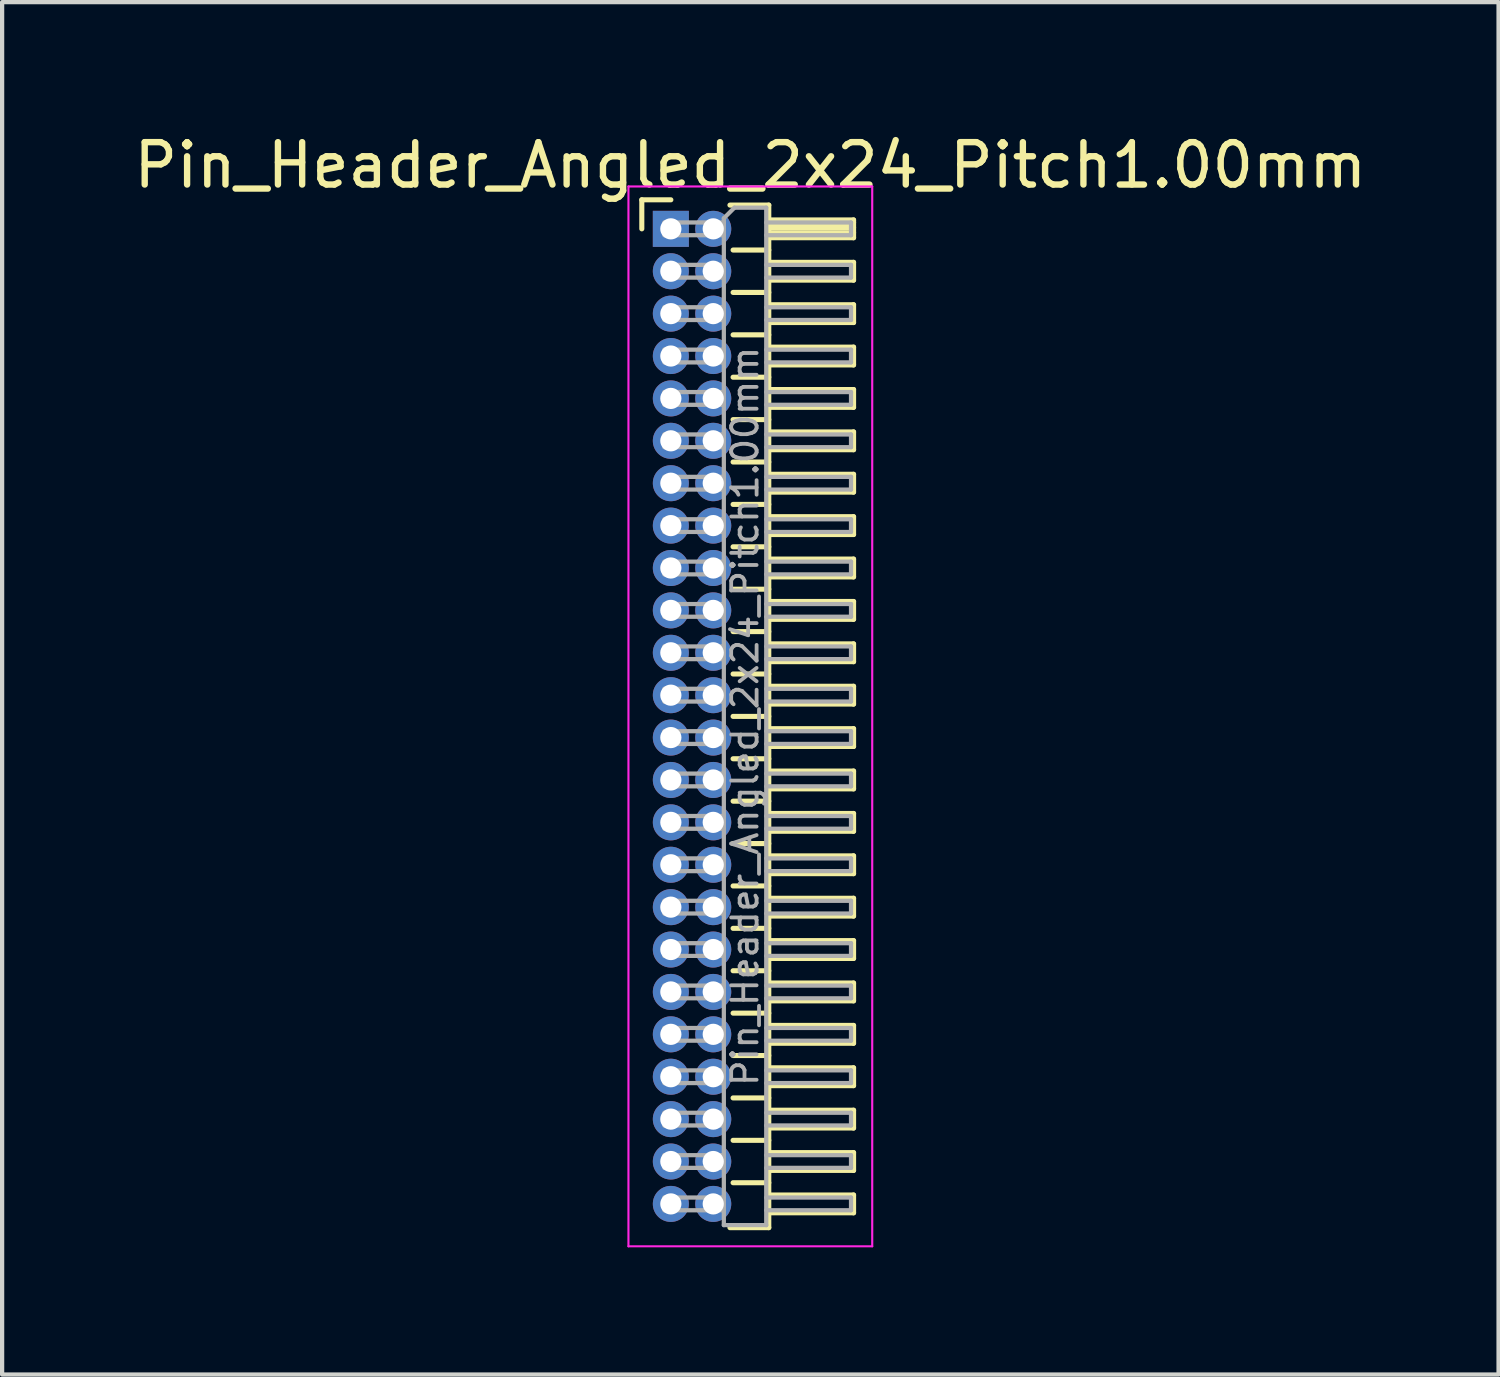
<source format=kicad_pcb>
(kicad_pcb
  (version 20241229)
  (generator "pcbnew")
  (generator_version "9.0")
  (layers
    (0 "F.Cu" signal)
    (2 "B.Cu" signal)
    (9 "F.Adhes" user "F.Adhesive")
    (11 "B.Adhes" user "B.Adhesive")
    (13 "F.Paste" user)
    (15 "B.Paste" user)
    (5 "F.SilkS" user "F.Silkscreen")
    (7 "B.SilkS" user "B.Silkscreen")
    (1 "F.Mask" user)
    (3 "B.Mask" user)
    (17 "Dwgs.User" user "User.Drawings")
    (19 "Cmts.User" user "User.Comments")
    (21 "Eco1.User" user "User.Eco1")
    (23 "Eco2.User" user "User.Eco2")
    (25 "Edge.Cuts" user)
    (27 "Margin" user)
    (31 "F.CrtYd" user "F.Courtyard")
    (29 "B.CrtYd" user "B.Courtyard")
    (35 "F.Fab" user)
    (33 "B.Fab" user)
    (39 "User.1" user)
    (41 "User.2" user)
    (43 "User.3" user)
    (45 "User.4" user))
  (footprint "Pin_Header_Angled_2x24_Pitch1.00mm"
    (layer "F.Cu")
    (at 12.774 2.348)
    (property "Reference" "Pin_Header_Angled_2x24_Pitch1.00mm" (at 1.875 -1.5 0) (layer "F.SilkS") (effects (font (size 1 1) (thickness 0.15))))
    (attr through_hole)
    (fp_line (start -0.685 -0.685) (end 0 -0.685) (stroke (width 0.12) (type solid)) (layer "F.SilkS"))
    (fp_line (start -0.685 0) (end -0.685 -0.685) (stroke (width 0.12) (type solid)) (layer "F.SilkS"))
    (fp_line (start 1.394 -0.56) (end 2.31 -0.56) (stroke (width 0.12) (type solid)) (layer "F.SilkS"))
    (fp_line (start 1.468 0.5) (end 2.31 0.5) (stroke (width 0.12) (type solid)) (layer "F.SilkS"))
    (fp_line (start 1.468 1.5) (end 2.31 1.5) (stroke (width 0.12) (type solid)) (layer "F.SilkS"))
    (fp_line (start 1.468 2.5) (end 2.31 2.5) (stroke (width 0.12) (type solid)) (layer "F.SilkS"))
    (fp_line (start 1.468 3.5) (end 2.31 3.5) (stroke (width 0.12) (type solid)) (layer "F.SilkS"))
    (fp_line (start 1.468 4.5) (end 2.31 4.5) (stroke (width 0.12) (type solid)) (layer "F.SilkS"))
    (fp_line (start 1.468 5.5) (end 2.31 5.5) (stroke (width 0.12) (type solid)) (layer "F.SilkS"))
    (fp_line (start 1.468 6.5) (end 2.31 6.5) (stroke (width 0.12) (type solid)) (layer "F.SilkS"))
    (fp_line (start 1.468 7.5) (end 2.31 7.5) (stroke (width 0.12) (type solid)) (layer "F.SilkS"))
    (fp_line (start 1.468 8.5) (end 2.31 8.5) (stroke (width 0.12) (type solid)) (layer "F.SilkS"))
    (fp_line (start 1.468 9.5) (end 2.31 9.5) (stroke (width 0.12) (type solid)) (layer "F.SilkS"))
    (fp_line (start 1.468 10.5) (end 2.31 10.5) (stroke (width 0.12) (type solid)) (layer "F.SilkS"))
    (fp_line (start 1.468 11.5) (end 2.31 11.5) (stroke (width 0.12) (type solid)) (layer "F.SilkS"))
    (fp_line (start 1.468 12.5) (end 2.31 12.5) (stroke (width 0.12) (type solid)) (layer "F.SilkS"))
    (fp_line (start 1.468 13.5) (end 2.31 13.5) (stroke (width 0.12) (type solid)) (layer "F.SilkS"))
    (fp_line (start 1.468 14.5) (end 2.31 14.5) (stroke (width 0.12) (type solid)) (layer "F.SilkS"))
    (fp_line (start 1.468 15.5) (end 2.31 15.5) (stroke (width 0.12) (type solid)) (layer "F.SilkS"))
    (fp_line (start 1.468 16.5) (end 2.31 16.5) (stroke (width 0.12) (type solid)) (layer "F.SilkS"))
    (fp_line (start 1.468 17.5) (end 2.31 17.5) (stroke (width 0.12) (type solid)) (layer "F.SilkS"))
    (fp_line (start 1.468 18.5) (end 2.31 18.5) (stroke (width 0.12) (type solid)) (layer "F.SilkS"))
    (fp_line (start 1.468 19.5) (end 2.31 19.5) (stroke (width 0.12) (type solid)) (layer "F.SilkS"))
    (fp_line (start 1.468 20.5) (end 2.31 20.5) (stroke (width 0.12) (type solid)) (layer "F.SilkS"))
    (fp_line (start 1.468 21.5) (end 2.31 21.5) (stroke (width 0.12) (type solid)) (layer "F.SilkS"))
    (fp_line (start 1.468 22.5) (end 2.31 22.5) (stroke (width 0.12) (type solid)) (layer "F.SilkS"))
    (fp_line (start 2.31 -0.56) (end 2.31 23.56) (stroke (width 0.12) (type solid)) (layer "F.SilkS"))
    (fp_line (start 2.31 -0.21) (end 4.31 -0.21) (stroke (width 0.12) (type solid)) (layer "F.SilkS"))
    (fp_line (start 2.31 -0.15) (end 4.31 -0.15) (stroke (width 0.12) (type solid)) (layer "F.SilkS"))
    (fp_line (start 2.31 -0.03) (end 4.31 -0.03) (stroke (width 0.12) (type solid)) (layer "F.SilkS"))
    (fp_line (start 2.31 0.09) (end 4.31 0.09) (stroke (width 0.12) (type solid)) (layer "F.SilkS"))
    (fp_line (start 2.31 0.79) (end 4.31 0.79) (stroke (width 0.12) (type solid)) (layer "F.SilkS"))
    (fp_line (start 2.31 1.79) (end 4.31 1.79) (stroke (width 0.12) (type solid)) (layer "F.SilkS"))
    (fp_line (start 2.31 2.79) (end 4.31 2.79) (stroke (width 0.12) (type solid)) (layer "F.SilkS"))
    (fp_line (start 2.31 3.79) (end 4.31 3.79) (stroke (width 0.12) (type solid)) (layer "F.SilkS"))
    (fp_line (start 2.31 4.79) (end 4.31 4.79) (stroke (width 0.12) (type solid)) (layer "F.SilkS"))
    (fp_line (start 2.31 5.79) (end 4.31 5.79) (stroke (width 0.12) (type solid)) (layer "F.SilkS"))
    (fp_line (start 2.31 6.79) (end 4.31 6.79) (stroke (width 0.12) (type solid)) (layer "F.SilkS"))
    (fp_line (start 2.31 7.79) (end 4.31 7.79) (stroke (width 0.12) (type solid)) (layer "F.SilkS"))
    (fp_line (start 2.31 8.79) (end 4.31 8.79) (stroke (width 0.12) (type solid)) (layer "F.SilkS"))
    (fp_line (start 2.31 9.79) (end 4.31 9.79) (stroke (width 0.12) (type solid)) (layer "F.SilkS"))
    (fp_line (start 2.31 10.79) (end 4.31 10.79) (stroke (width 0.12) (type solid)) (layer "F.SilkS"))
    (fp_line (start 2.31 11.79) (end 4.31 11.79) (stroke (width 0.12) (type solid)) (layer "F.SilkS"))
    (fp_line (start 2.31 12.79) (end 4.31 12.79) (stroke (width 0.12) (type solid)) (layer "F.SilkS"))
    (fp_line (start 2.31 13.79) (end 4.31 13.79) (stroke (width 0.12) (type solid)) (layer "F.SilkS"))
    (fp_line (start 2.31 14.79) (end 4.31 14.79) (stroke (width 0.12) (type solid)) (layer "F.SilkS"))
    (fp_line (start 2.31 15.79) (end 4.31 15.79) (stroke (width 0.12) (type solid)) (layer "F.SilkS"))
    (fp_line (start 2.31 16.79) (end 4.31 16.79) (stroke (width 0.12) (type solid)) (layer "F.SilkS"))
    (fp_line (start 2.31 17.79) (end 4.31 17.79) (stroke (width 0.12) (type solid)) (layer "F.SilkS"))
    (fp_line (start 2.31 18.79) (end 4.31 18.79) (stroke (width 0.12) (type solid)) (layer "F.SilkS"))
    (fp_line (start 2.31 19.79) (end 4.31 19.79) (stroke (width 0.12) (type solid)) (layer "F.SilkS"))
    (fp_line (start 2.31 20.79) (end 4.31 20.79) (stroke (width 0.12) (type solid)) (layer "F.SilkS"))
    (fp_line (start 2.31 21.79) (end 4.31 21.79) (stroke (width 0.12) (type solid)) (layer "F.SilkS"))
    (fp_line (start 2.31 22.79) (end 4.31 22.79) (stroke (width 0.12) (type solid)) (layer "F.SilkS"))
    (fp_line (start 2.31 23.56) (end 1.394 23.56) (stroke (width 0.12) (type solid)) (layer "F.SilkS"))
    (fp_line (start 4.31 -0.21) (end 4.31 0.21) (stroke (width 0.12) (type solid)) (layer "F.SilkS"))
    (fp_line (start 4.31 0.21) (end 2.31 0.21) (stroke (width 0.12) (type solid)) (layer "F.SilkS"))
    (fp_line (start 4.31 0.79) (end 4.31 1.21) (stroke (width 0.12) (type solid)) (layer "F.SilkS"))
    (fp_line (start 4.31 1.21) (end 2.31 1.21) (stroke (width 0.12) (type solid)) (layer "F.SilkS"))
    (fp_line (start 4.31 1.79) (end 4.31 2.21) (stroke (width 0.12) (type solid)) (layer "F.SilkS"))
    (fp_line (start 4.31 2.21) (end 2.31 2.21) (stroke (width 0.12) (type solid)) (layer "F.SilkS"))
    (fp_line (start 4.31 2.79) (end 4.31 3.21) (stroke (width 0.12) (type solid)) (layer "F.SilkS"))
    (fp_line (start 4.31 3.21) (end 2.31 3.21) (stroke (width 0.12) (type solid)) (layer "F.SilkS"))
    (fp_line (start 4.31 3.79) (end 4.31 4.21) (stroke (width 0.12) (type solid)) (layer "F.SilkS"))
    (fp_line (start 4.31 4.21) (end 2.31 4.21) (stroke (width 0.12) (type solid)) (layer "F.SilkS"))
    (fp_line (start 4.31 4.79) (end 4.31 5.21) (stroke (width 0.12) (type solid)) (layer "F.SilkS"))
    (fp_line (start 4.31 5.21) (end 2.31 5.21) (stroke (width 0.12) (type solid)) (layer "F.SilkS"))
    (fp_line (start 4.31 5.79) (end 4.31 6.21) (stroke (width 0.12) (type solid)) (layer "F.SilkS"))
    (fp_line (start 4.31 6.21) (end 2.31 6.21) (stroke (width 0.12) (type solid)) (layer "F.SilkS"))
    (fp_line (start 4.31 6.79) (end 4.31 7.21) (stroke (width 0.12) (type solid)) (layer "F.SilkS"))
    (fp_line (start 4.31 7.21) (end 2.31 7.21) (stroke (width 0.12) (type solid)) (layer "F.SilkS"))
    (fp_line (start 4.31 7.79) (end 4.31 8.21) (stroke (width 0.12) (type solid)) (layer "F.SilkS"))
    (fp_line (start 4.31 8.21) (end 2.31 8.21) (stroke (width 0.12) (type solid)) (layer "F.SilkS"))
    (fp_line (start 4.31 8.79) (end 4.31 9.21) (stroke (width 0.12) (type solid)) (layer "F.SilkS"))
    (fp_line (start 4.31 9.21) (end 2.31 9.21) (stroke (width 0.12) (type solid)) (layer "F.SilkS"))
    (fp_line (start 4.31 9.79) (end 4.31 10.21) (stroke (width 0.12) (type solid)) (layer "F.SilkS"))
    (fp_line (start 4.31 10.21) (end 2.31 10.21) (stroke (width 0.12) (type solid)) (layer "F.SilkS"))
    (fp_line (start 4.31 10.79) (end 4.31 11.21) (stroke (width 0.12) (type solid)) (layer "F.SilkS"))
    (fp_line (start 4.31 11.21) (end 2.31 11.21) (stroke (width 0.12) (type solid)) (layer "F.SilkS"))
    (fp_line (start 4.31 11.79) (end 4.31 12.21) (stroke (width 0.12) (type solid)) (layer "F.SilkS"))
    (fp_line (start 4.31 12.21) (end 2.31 12.21) (stroke (width 0.12) (type solid)) (layer "F.SilkS"))
    (fp_line (start 4.31 12.79) (end 4.31 13.21) (stroke (width 0.12) (type solid)) (layer "F.SilkS"))
    (fp_line (start 4.31 13.21) (end 2.31 13.21) (stroke (width 0.12) (type solid)) (layer "F.SilkS"))
    (fp_line (start 4.31 13.79) (end 4.31 14.21) (stroke (width 0.12) (type solid)) (layer "F.SilkS"))
    (fp_line (start 4.31 14.21) (end 2.31 14.21) (stroke (width 0.12) (type solid)) (layer "F.SilkS"))
    (fp_line (start 4.31 14.79) (end 4.31 15.21) (stroke (width 0.12) (type solid)) (layer "F.SilkS"))
    (fp_line (start 4.31 15.21) (end 2.31 15.21) (stroke (width 0.12) (type solid)) (layer "F.SilkS"))
    (fp_line (start 4.31 15.79) (end 4.31 16.21) (stroke (width 0.12) (type solid)) (layer "F.SilkS"))
    (fp_line (start 4.31 16.21) (end 2.31 16.21) (stroke (width 0.12) (type solid)) (layer "F.SilkS"))
    (fp_line (start 4.31 16.79) (end 4.31 17.21) (stroke (width 0.12) (type solid)) (layer "F.SilkS"))
    (fp_line (start 4.31 17.21) (end 2.31 17.21) (stroke (width 0.12) (type solid)) (layer "F.SilkS"))
    (fp_line (start 4.31 17.79) (end 4.31 18.21) (stroke (width 0.12) (type solid)) (layer "F.SilkS"))
    (fp_line (start 4.31 18.21) (end 2.31 18.21) (stroke (width 0.12) (type solid)) (layer "F.SilkS"))
    (fp_line (start 4.31 18.79) (end 4.31 19.21) (stroke (width 0.12) (type solid)) (layer "F.SilkS"))
    (fp_line (start 4.31 19.21) (end 2.31 19.21) (stroke (width 0.12) (type solid)) (layer "F.SilkS"))
    (fp_line (start 4.31 19.79) (end 4.31 20.21) (stroke (width 0.12) (type solid)) (layer "F.SilkS"))
    (fp_line (start 4.31 20.21) (end 2.31 20.21) (stroke (width 0.12) (type solid)) (layer "F.SilkS"))
    (fp_line (start 4.31 20.79) (end 4.31 21.21) (stroke (width 0.12) (type solid)) (layer "F.SilkS"))
    (fp_line (start 4.31 21.21) (end 2.31 21.21) (stroke (width 0.12) (type solid)) (layer "F.SilkS"))
    (fp_line (start 4.31 21.79) (end 4.31 22.21) (stroke (width 0.12) (type solid)) (layer "F.SilkS"))
    (fp_line (start 4.31 22.21) (end 2.31 22.21) (stroke (width 0.12) (type solid)) (layer "F.SilkS"))
    (fp_line (start 4.31 22.79) (end 4.31 23.21) (stroke (width 0.12) (type solid)) (layer "F.SilkS"))
    (fp_line (start 4.31 23.21) (end 2.31 23.21) (stroke (width 0.12) (type solid)) (layer "F.SilkS"))
    (fp_line (start -1 -1) (end -1 24) (stroke (width 0.05) (type solid)) (layer "F.CrtYd"))
    (fp_line (start -1 24) (end 4.75 24) (stroke (width 0.05) (type solid)) (layer "F.CrtYd"))
    (fp_line (start 4.75 -1) (end -1 -1) (stroke (width 0.05) (type solid)) (layer "F.CrtYd"))
    (fp_line (start 4.75 24) (end 4.75 -1) (stroke (width 0.05) (type solid)) (layer "F.CrtYd"))
    (fp_line (start -0.15 -0.15) (end -0.15 0.15) (stroke (width 0.1) (type solid)) (layer "F.Fab"))
    (fp_line (start -0.15 -0.15) (end 1.25 -0.15) (stroke (width 0.1) (type solid)) (layer "F.Fab"))
    (fp_line (start -0.15 0.15) (end 1.25 0.15) (stroke (width 0.1) (type solid)) (layer "F.Fab"))
    (fp_line (start -0.15 0.85) (end -0.15 1.15) (stroke (width 0.1) (type solid)) (layer "F.Fab"))
    (fp_line (start -0.15 0.85) (end 1.25 0.85) (stroke (width 0.1) (type solid)) (layer "F.Fab"))
    (fp_line (start -0.15 1.15) (end 1.25 1.15) (stroke (width 0.1) (type solid)) (layer "F.Fab"))
    (fp_line (start -0.15 1.85) (end -0.15 2.15) (stroke (width 0.1) (type solid)) (layer "F.Fab"))
    (fp_line (start -0.15 1.85) (end 1.25 1.85) (stroke (width 0.1) (type solid)) (layer "F.Fab"))
    (fp_line (start -0.15 2.15) (end 1.25 2.15) (stroke (width 0.1) (type solid)) (layer "F.Fab"))
    (fp_line (start -0.15 2.85) (end -0.15 3.15) (stroke (width 0.1) (type solid)) (layer "F.Fab"))
    (fp_line (start -0.15 2.85) (end 1.25 2.85) (stroke (width 0.1) (type solid)) (layer "F.Fab"))
    (fp_line (start -0.15 3.15) (end 1.25 3.15) (stroke (width 0.1) (type solid)) (layer "F.Fab"))
    (fp_line (start -0.15 3.85) (end -0.15 4.15) (stroke (width 0.1) (type solid)) (layer "F.Fab"))
    (fp_line (start -0.15 3.85) (end 1.25 3.85) (stroke (width 0.1) (type solid)) (layer "F.Fab"))
    (fp_line (start -0.15 4.15) (end 1.25 4.15) (stroke (width 0.1) (type solid)) (layer "F.Fab"))
    (fp_line (start -0.15 4.85) (end -0.15 5.15) (stroke (width 0.1) (type solid)) (layer "F.Fab"))
    (fp_line (start -0.15 4.85) (end 1.25 4.85) (stroke (width 0.1) (type solid)) (layer "F.Fab"))
    (fp_line (start -0.15 5.15) (end 1.25 5.15) (stroke (width 0.1) (type solid)) (layer "F.Fab"))
    (fp_line (start -0.15 5.85) (end -0.15 6.15) (stroke (width 0.1) (type solid)) (layer "F.Fab"))
    (fp_line (start -0.15 5.85) (end 1.25 5.85) (stroke (width 0.1) (type solid)) (layer "F.Fab"))
    (fp_line (start -0.15 6.15) (end 1.25 6.15) (stroke (width 0.1) (type solid)) (layer "F.Fab"))
    (fp_line (start -0.15 6.85) (end -0.15 7.15) (stroke (width 0.1) (type solid)) (layer "F.Fab"))
    (fp_line (start -0.15 6.85) (end 1.25 6.85) (stroke (width 0.1) (type solid)) (layer "F.Fab"))
    (fp_line (start -0.15 7.15) (end 1.25 7.15) (stroke (width 0.1) (type solid)) (layer "F.Fab"))
    (fp_line (start -0.15 7.85) (end -0.15 8.15) (stroke (width 0.1) (type solid)) (layer "F.Fab"))
    (fp_line (start -0.15 7.85) (end 1.25 7.85) (stroke (width 0.1) (type solid)) (layer "F.Fab"))
    (fp_line (start -0.15 8.15) (end 1.25 8.15) (stroke (width 0.1) (type solid)) (layer "F.Fab"))
    (fp_line (start -0.15 8.85) (end -0.15 9.15) (stroke (width 0.1) (type solid)) (layer "F.Fab"))
    (fp_line (start -0.15 8.85) (end 1.25 8.85) (stroke (width 0.1) (type solid)) (layer "F.Fab"))
    (fp_line (start -0.15 9.15) (end 1.25 9.15) (stroke (width 0.1) (type solid)) (layer "F.Fab"))
    (fp_line (start -0.15 9.85) (end -0.15 10.15) (stroke (width 0.1) (type solid)) (layer "F.Fab"))
    (fp_line (start -0.15 9.85) (end 1.25 9.85) (stroke (width 0.1) (type solid)) (layer "F.Fab"))
    (fp_line (start -0.15 10.15) (end 1.25 10.15) (stroke (width 0.1) (type solid)) (layer "F.Fab"))
    (fp_line (start -0.15 10.85) (end -0.15 11.15) (stroke (width 0.1) (type solid)) (layer "F.Fab"))
    (fp_line (start -0.15 10.85) (end 1.25 10.85) (stroke (width 0.1) (type solid)) (layer "F.Fab"))
    (fp_line (start -0.15 11.15) (end 1.25 11.15) (stroke (width 0.1) (type solid)) (layer "F.Fab"))
    (fp_line (start -0.15 11.85) (end -0.15 12.15) (stroke (width 0.1) (type solid)) (layer "F.Fab"))
    (fp_line (start -0.15 11.85) (end 1.25 11.85) (stroke (width 0.1) (type solid)) (layer "F.Fab"))
    (fp_line (start -0.15 12.15) (end 1.25 12.15) (stroke (width 0.1) (type solid)) (layer "F.Fab"))
    (fp_line (start -0.15 12.85) (end -0.15 13.15) (stroke (width 0.1) (type solid)) (layer "F.Fab"))
    (fp_line (start -0.15 12.85) (end 1.25 12.85) (stroke (width 0.1) (type solid)) (layer "F.Fab"))
    (fp_line (start -0.15 13.15) (end 1.25 13.15) (stroke (width 0.1) (type solid)) (layer "F.Fab"))
    (fp_line (start -0.15 13.85) (end -0.15 14.15) (stroke (width 0.1) (type solid)) (layer "F.Fab"))
    (fp_line (start -0.15 13.85) (end 1.25 13.85) (stroke (width 0.1) (type solid)) (layer "F.Fab"))
    (fp_line (start -0.15 14.15) (end 1.25 14.15) (stroke (width 0.1) (type solid)) (layer "F.Fab"))
    (fp_line (start -0.15 14.85) (end -0.15 15.15) (stroke (width 0.1) (type solid)) (layer "F.Fab"))
    (fp_line (start -0.15 14.85) (end 1.25 14.85) (stroke (width 0.1) (type solid)) (layer "F.Fab"))
    (fp_line (start -0.15 15.15) (end 1.25 15.15) (stroke (width 0.1) (type solid)) (layer "F.Fab"))
    (fp_line (start -0.15 15.85) (end -0.15 16.15) (stroke (width 0.1) (type solid)) (layer "F.Fab"))
    (fp_line (start -0.15 15.85) (end 1.25 15.85) (stroke (width 0.1) (type solid)) (layer "F.Fab"))
    (fp_line (start -0.15 16.15) (end 1.25 16.15) (stroke (width 0.1) (type solid)) (layer "F.Fab"))
    (fp_line (start -0.15 16.85) (end -0.15 17.15) (stroke (width 0.1) (type solid)) (layer "F.Fab"))
    (fp_line (start -0.15 16.85) (end 1.25 16.85) (stroke (width 0.1) (type solid)) (layer "F.Fab"))
    (fp_line (start -0.15 17.15) (end 1.25 17.15) (stroke (width 0.1) (type solid)) (layer "F.Fab"))
    (fp_line (start -0.15 17.85) (end -0.15 18.15) (stroke (width 0.1) (type solid)) (layer "F.Fab"))
    (fp_line (start -0.15 17.85) (end 1.25 17.85) (stroke (width 0.1) (type solid)) (layer "F.Fab"))
    (fp_line (start -0.15 18.15) (end 1.25 18.15) (stroke (width 0.1) (type solid)) (layer "F.Fab"))
    (fp_line (start -0.15 18.85) (end -0.15 19.15) (stroke (width 0.1) (type solid)) (layer "F.Fab"))
    (fp_line (start -0.15 18.85) (end 1.25 18.85) (stroke (width 0.1) (type solid)) (layer "F.Fab"))
    (fp_line (start -0.15 19.15) (end 1.25 19.15) (stroke (width 0.1) (type solid)) (layer "F.Fab"))
    (fp_line (start -0.15 19.85) (end -0.15 20.15) (stroke (width 0.1) (type solid)) (layer "F.Fab"))
    (fp_line (start -0.15 19.85) (end 1.25 19.85) (stroke (width 0.1) (type solid)) (layer "F.Fab"))
    (fp_line (start -0.15 20.15) (end 1.25 20.15) (stroke (width 0.1) (type solid)) (layer "F.Fab"))
    (fp_line (start -0.15 20.85) (end -0.15 21.15) (stroke (width 0.1) (type solid)) (layer "F.Fab"))
    (fp_line (start -0.15 20.85) (end 1.25 20.85) (stroke (width 0.1) (type solid)) (layer "F.Fab"))
    (fp_line (start -0.15 21.15) (end 1.25 21.15) (stroke (width 0.1) (type solid)) (layer "F.Fab"))
    (fp_line (start -0.15 21.85) (end -0.15 22.15) (stroke (width 0.1) (type solid)) (layer "F.Fab"))
    (fp_line (start -0.15 21.85) (end 1.25 21.85) (stroke (width 0.1) (type solid)) (layer "F.Fab"))
    (fp_line (start -0.15 22.15) (end 1.25 22.15) (stroke (width 0.1) (type solid)) (layer "F.Fab"))
    (fp_line (start -0.15 22.85) (end -0.15 23.15) (stroke (width 0.1) (type solid)) (layer "F.Fab"))
    (fp_line (start -0.15 22.85) (end 1.25 22.85) (stroke (width 0.1) (type solid)) (layer "F.Fab"))
    (fp_line (start -0.15 23.15) (end 1.25 23.15) (stroke (width 0.1) (type solid)) (layer "F.Fab"))
    (fp_line (start 1.25 -0.25) (end 1.5 -0.5) (stroke (width 0.1) (type solid)) (layer "F.Fab"))
    (fp_line (start 1.25 23.5) (end 1.25 -0.25) (stroke (width 0.1) (type solid)) (layer "F.Fab"))
    (fp_line (start 1.5 -0.5) (end 2.25 -0.5) (stroke (width 0.1) (type solid)) (layer "F.Fab"))
    (fp_line (start 2.25 -0.5) (end 2.25 23.5) (stroke (width 0.1) (type solid)) (layer "F.Fab"))
    (fp_line (start 2.25 -0.15) (end 4.25 -0.15) (stroke (width 0.1) (type solid)) (layer "F.Fab"))
    (fp_line (start 2.25 0.15) (end 4.25 0.15) (stroke (width 0.1) (type solid)) (layer "F.Fab"))
    (fp_line (start 2.25 0.85) (end 4.25 0.85) (stroke (width 0.1) (type solid)) (layer "F.Fab"))
    (fp_line (start 2.25 1.15) (end 4.25 1.15) (stroke (width 0.1) (type solid)) (layer "F.Fab"))
    (fp_line (start 2.25 1.85) (end 4.25 1.85) (stroke (width 0.1) (type solid)) (layer "F.Fab"))
    (fp_line (start 2.25 2.15) (end 4.25 2.15) (stroke (width 0.1) (type solid)) (layer "F.Fab"))
    (fp_line (start 2.25 2.85) (end 4.25 2.85) (stroke (width 0.1) (type solid)) (layer "F.Fab"))
    (fp_line (start 2.25 3.15) (end 4.25 3.15) (stroke (width 0.1) (type solid)) (layer "F.Fab"))
    (fp_line (start 2.25 3.85) (end 4.25 3.85) (stroke (width 0.1) (type solid)) (layer "F.Fab"))
    (fp_line (start 2.25 4.15) (end 4.25 4.15) (stroke (width 0.1) (type solid)) (layer "F.Fab"))
    (fp_line (start 2.25 4.85) (end 4.25 4.85) (stroke (width 0.1) (type solid)) (layer "F.Fab"))
    (fp_line (start 2.25 5.15) (end 4.25 5.15) (stroke (width 0.1) (type solid)) (layer "F.Fab"))
    (fp_line (start 2.25 5.85) (end 4.25 5.85) (stroke (width 0.1) (type solid)) (layer "F.Fab"))
    (fp_line (start 2.25 6.15) (end 4.25 6.15) (stroke (width 0.1) (type solid)) (layer "F.Fab"))
    (fp_line (start 2.25 6.85) (end 4.25 6.85) (stroke (width 0.1) (type solid)) (layer "F.Fab"))
    (fp_line (start 2.25 7.15) (end 4.25 7.15) (stroke (width 0.1) (type solid)) (layer "F.Fab"))
    (fp_line (start 2.25 7.85) (end 4.25 7.85) (stroke (width 0.1) (type solid)) (layer "F.Fab"))
    (fp_line (start 2.25 8.15) (end 4.25 8.15) (stroke (width 0.1) (type solid)) (layer "F.Fab"))
    (fp_line (start 2.25 8.85) (end 4.25 8.85) (stroke (width 0.1) (type solid)) (layer "F.Fab"))
    (fp_line (start 2.25 9.15) (end 4.25 9.15) (stroke (width 0.1) (type solid)) (layer "F.Fab"))
    (fp_line (start 2.25 9.85) (end 4.25 9.85) (stroke (width 0.1) (type solid)) (layer "F.Fab"))
    (fp_line (start 2.25 10.15) (end 4.25 10.15) (stroke (width 0.1) (type solid)) (layer "F.Fab"))
    (fp_line (start 2.25 10.85) (end 4.25 10.85) (stroke (width 0.1) (type solid)) (layer "F.Fab"))
    (fp_line (start 2.25 11.15) (end 4.25 11.15) (stroke (width 0.1) (type solid)) (layer "F.Fab"))
    (fp_line (start 2.25 11.85) (end 4.25 11.85) (stroke (width 0.1) (type solid)) (layer "F.Fab"))
    (fp_line (start 2.25 12.15) (end 4.25 12.15) (stroke (width 0.1) (type solid)) (layer "F.Fab"))
    (fp_line (start 2.25 12.85) (end 4.25 12.85) (stroke (width 0.1) (type solid)) (layer "F.Fab"))
    (fp_line (start 2.25 13.15) (end 4.25 13.15) (stroke (width 0.1) (type solid)) (layer "F.Fab"))
    (fp_line (start 2.25 13.85) (end 4.25 13.85) (stroke (width 0.1) (type solid)) (layer "F.Fab"))
    (fp_line (start 2.25 14.15) (end 4.25 14.15) (stroke (width 0.1) (type solid)) (layer "F.Fab"))
    (fp_line (start 2.25 14.85) (end 4.25 14.85) (stroke (width 0.1) (type solid)) (layer "F.Fab"))
    (fp_line (start 2.25 15.15) (end 4.25 15.15) (stroke (width 0.1) (type solid)) (layer "F.Fab"))
    (fp_line (start 2.25 15.85) (end 4.25 15.85) (stroke (width 0.1) (type solid)) (layer "F.Fab"))
    (fp_line (start 2.25 16.15) (end 4.25 16.15) (stroke (width 0.1) (type solid)) (layer "F.Fab"))
    (fp_line (start 2.25 16.85) (end 4.25 16.85) (stroke (width 0.1) (type solid)) (layer "F.Fab"))
    (fp_line (start 2.25 17.15) (end 4.25 17.15) (stroke (width 0.1) (type solid)) (layer "F.Fab"))
    (fp_line (start 2.25 17.85) (end 4.25 17.85) (stroke (width 0.1) (type solid)) (layer "F.Fab"))
    (fp_line (start 2.25 18.15) (end 4.25 18.15) (stroke (width 0.1) (type solid)) (layer "F.Fab"))
    (fp_line (start 2.25 18.85) (end 4.25 18.85) (stroke (width 0.1) (type solid)) (layer "F.Fab"))
    (fp_line (start 2.25 19.15) (end 4.25 19.15) (stroke (width 0.1) (type solid)) (layer "F.Fab"))
    (fp_line (start 2.25 19.85) (end 4.25 19.85) (stroke (width 0.1) (type solid)) (layer "F.Fab"))
    (fp_line (start 2.25 20.15) (end 4.25 20.15) (stroke (width 0.1) (type solid)) (layer "F.Fab"))
    (fp_line (start 2.25 20.85) (end 4.25 20.85) (stroke (width 0.1) (type solid)) (layer "F.Fab"))
    (fp_line (start 2.25 21.15) (end 4.25 21.15) (stroke (width 0.1) (type solid)) (layer "F.Fab"))
    (fp_line (start 2.25 21.85) (end 4.25 21.85) (stroke (width 0.1) (type solid)) (layer "F.Fab"))
    (fp_line (start 2.25 22.15) (end 4.25 22.15) (stroke (width 0.1) (type solid)) (layer "F.Fab"))
    (fp_line (start 2.25 22.85) (end 4.25 22.85) (stroke (width 0.1) (type solid)) (layer "F.Fab"))
    (fp_line (start 2.25 23.15) (end 4.25 23.15) (stroke (width 0.1) (type solid)) (layer "F.Fab"))
    (fp_line (start 2.25 23.5) (end 1.25 23.5) (stroke (width 0.1) (type solid)) (layer "F.Fab"))
    (fp_line (start 4.25 -0.15) (end 4.25 0.15) (stroke (width 0.1) (type solid)) (layer "F.Fab"))
    (fp_line (start 4.25 0.85) (end 4.25 1.15) (stroke (width 0.1) (type solid)) (layer "F.Fab"))
    (fp_line (start 4.25 1.85) (end 4.25 2.15) (stroke (width 0.1) (type solid)) (layer "F.Fab"))
    (fp_line (start 4.25 2.85) (end 4.25 3.15) (stroke (width 0.1) (type solid)) (layer "F.Fab"))
    (fp_line (start 4.25 3.85) (end 4.25 4.15) (stroke (width 0.1) (type solid)) (layer "F.Fab"))
    (fp_line (start 4.25 4.85) (end 4.25 5.15) (stroke (width 0.1) (type solid)) (layer "F.Fab"))
    (fp_line (start 4.25 5.85) (end 4.25 6.15) (stroke (width 0.1) (type solid)) (layer "F.Fab"))
    (fp_line (start 4.25 6.85) (end 4.25 7.15) (stroke (width 0.1) (type solid)) (layer "F.Fab"))
    (fp_line (start 4.25 7.85) (end 4.25 8.15) (stroke (width 0.1) (type solid)) (layer "F.Fab"))
    (fp_line (start 4.25 8.85) (end 4.25 9.15) (stroke (width 0.1) (type solid)) (layer "F.Fab"))
    (fp_line (start 4.25 9.85) (end 4.25 10.15) (stroke (width 0.1) (type solid)) (layer "F.Fab"))
    (fp_line (start 4.25 10.85) (end 4.25 11.15) (stroke (width 0.1) (type solid)) (layer "F.Fab"))
    (fp_line (start 4.25 11.85) (end 4.25 12.15) (stroke (width 0.1) (type solid)) (layer "F.Fab"))
    (fp_line (start 4.25 12.85) (end 4.25 13.15) (stroke (width 0.1) (type solid)) (layer "F.Fab"))
    (fp_line (start 4.25 13.85) (end 4.25 14.15) (stroke (width 0.1) (type solid)) (layer "F.Fab"))
    (fp_line (start 4.25 14.85) (end 4.25 15.15) (stroke (width 0.1) (type solid)) (layer "F.Fab"))
    (fp_line (start 4.25 15.85) (end 4.25 16.15) (stroke (width 0.1) (type solid)) (layer "F.Fab"))
    (fp_line (start 4.25 16.85) (end 4.25 17.15) (stroke (width 0.1) (type solid)) (layer "F.Fab"))
    (fp_line (start 4.25 17.85) (end 4.25 18.15) (stroke (width 0.1) (type solid)) (layer "F.Fab"))
    (fp_line (start 4.25 18.85) (end 4.25 19.15) (stroke (width 0.1) (type solid)) (layer "F.Fab"))
    (fp_line (start 4.25 19.85) (end 4.25 20.15) (stroke (width 0.1) (type solid)) (layer "F.Fab"))
    (fp_line (start 4.25 20.85) (end 4.25 21.15) (stroke (width 0.1) (type solid)) (layer "F.Fab"))
    (fp_line (start 4.25 21.85) (end 4.25 22.15) (stroke (width 0.1) (type solid)) (layer "F.Fab"))
    (fp_line (start 4.25 22.85) (end 4.25 23.15) (stroke (width 0.1) (type solid)) (layer "F.Fab"))
    (fp_text user "${REFERENCE}" (at 1.75 11.5 90) (layer "F.Fab") (effects (font (size 0.6 0.6) (thickness 0.09))))
    (pad "1" thru_hole rect (at 0 0) (size 0.85 0.85) (drill 0.5) (layers "*.Cu" "*.Mask"))
    (pad "2" thru_hole oval (at 1 0) (size 0.85 0.85) (drill 0.5) (layers "*.Cu" "*.Mask"))
    (pad "3" thru_hole oval (at 0 1) (size 0.85 0.85) (drill 0.5) (layers "*.Cu" "*.Mask"))
    (pad "4" thru_hole oval (at 1 1) (size 0.85 0.85) (drill 0.5) (layers "*.Cu" "*.Mask"))
    (pad "5" thru_hole oval (at 0 2) (size 0.85 0.85) (drill 0.5) (layers "*.Cu" "*.Mask"))
    (pad "6" thru_hole oval (at 1 2) (size 0.85 0.85) (drill 0.5) (layers "*.Cu" "*.Mask"))
    (pad "7" thru_hole oval (at 0 3) (size 0.85 0.85) (drill 0.5) (layers "*.Cu" "*.Mask"))
    (pad "8" thru_hole oval (at 1 3) (size 0.85 0.85) (drill 0.5) (layers "*.Cu" "*.Mask"))
    (pad "9" thru_hole oval (at 0 4) (size 0.85 0.85) (drill 0.5) (layers "*.Cu" "*.Mask"))
    (pad "10" thru_hole oval (at 1 4) (size 0.85 0.85) (drill 0.5) (layers "*.Cu" "*.Mask"))
    (pad "11" thru_hole oval (at 0 5) (size 0.85 0.85) (drill 0.5) (layers "*.Cu" "*.Mask"))
    (pad "12" thru_hole oval (at 1 5) (size 0.85 0.85) (drill 0.5) (layers "*.Cu" "*.Mask"))
    (pad "13" thru_hole oval (at 0 6) (size 0.85 0.85) (drill 0.5) (layers "*.Cu" "*.Mask"))
    (pad "14" thru_hole oval (at 1 6) (size 0.85 0.85) (drill 0.5) (layers "*.Cu" "*.Mask"))
    (pad "15" thru_hole oval (at 0 7) (size 0.85 0.85) (drill 0.5) (layers "*.Cu" "*.Mask"))
    (pad "16" thru_hole oval (at 1 7) (size 0.85 0.85) (drill 0.5) (layers "*.Cu" "*.Mask"))
    (pad "17" thru_hole oval (at 0 8) (size 0.85 0.85) (drill 0.5) (layers "*.Cu" "*.Mask"))
    (pad "18" thru_hole oval (at 1 8) (size 0.85 0.85) (drill 0.5) (layers "*.Cu" "*.Mask"))
    (pad "19" thru_hole oval (at 0 9) (size 0.85 0.85) (drill 0.5) (layers "*.Cu" "*.Mask"))
    (pad "20" thru_hole oval (at 1 9) (size 0.85 0.85) (drill 0.5) (layers "*.Cu" "*.Mask"))
    (pad "21" thru_hole oval (at 0 10) (size 0.85 0.85) (drill 0.5) (layers "*.Cu" "*.Mask"))
    (pad "22" thru_hole oval (at 1 10) (size 0.85 0.85) (drill 0.5) (layers "*.Cu" "*.Mask"))
    (pad "23" thru_hole oval (at 0 11) (size 0.85 0.85) (drill 0.5) (layers "*.Cu" "*.Mask"))
    (pad "24" thru_hole oval (at 1 11) (size 0.85 0.85) (drill 0.5) (layers "*.Cu" "*.Mask"))
    (pad "25" thru_hole oval (at 0 12) (size 0.85 0.85) (drill 0.5) (layers "*.Cu" "*.Mask"))
    (pad "26" thru_hole oval (at 1 12) (size 0.85 0.85) (drill 0.5) (layers "*.Cu" "*.Mask"))
    (pad "27" thru_hole oval (at 0 13) (size 0.85 0.85) (drill 0.5) (layers "*.Cu" "*.Mask"))
    (pad "28" thru_hole oval (at 1 13) (size 0.85 0.85) (drill 0.5) (layers "*.Cu" "*.Mask"))
    (pad "29" thru_hole oval (at 0 14) (size 0.85 0.85) (drill 0.5) (layers "*.Cu" "*.Mask"))
    (pad "30" thru_hole oval (at 1 14) (size 0.85 0.85) (drill 0.5) (layers "*.Cu" "*.Mask"))
    (pad "31" thru_hole oval (at 0 15) (size 0.85 0.85) (drill 0.5) (layers "*.Cu" "*.Mask"))
    (pad "32" thru_hole oval (at 1 15) (size 0.85 0.85) (drill 0.5) (layers "*.Cu" "*.Mask"))
    (pad "33" thru_hole oval (at 0 16) (size 0.85 0.85) (drill 0.5) (layers "*.Cu" "*.Mask"))
    (pad "34" thru_hole oval (at 1 16) (size 0.85 0.85) (drill 0.5) (layers "*.Cu" "*.Mask"))
    (pad "35" thru_hole oval (at 0 17) (size 0.85 0.85) (drill 0.5) (layers "*.Cu" "*.Mask"))
    (pad "36" thru_hole oval (at 1 17) (size 0.85 0.85) (drill 0.5) (layers "*.Cu" "*.Mask"))
    (pad "37" thru_hole oval (at 0 18) (size 0.85 0.85) (drill 0.5) (layers "*.Cu" "*.Mask"))
    (pad "38" thru_hole oval (at 1 18) (size 0.85 0.85) (drill 0.5) (layers "*.Cu" "*.Mask"))
    (pad "39" thru_hole oval (at 0 19) (size 0.85 0.85) (drill 0.5) (layers "*.Cu" "*.Mask"))
    (pad "40" thru_hole oval (at 1 19) (size 0.85 0.85) (drill 0.5) (layers "*.Cu" "*.Mask"))
    (pad "41" thru_hole oval (at 0 20) (size 0.85 0.85) (drill 0.5) (layers "*.Cu" "*.Mask"))
    (pad "42" thru_hole oval (at 1 20) (size 0.85 0.85) (drill 0.5) (layers "*.Cu" "*.Mask"))
    (pad "43" thru_hole oval (at 0 21) (size 0.85 0.85) (drill 0.5) (layers "*.Cu" "*.Mask"))
    (pad "44" thru_hole oval (at 1 21) (size 0.85 0.85) (drill 0.5) (layers "*.Cu" "*.Mask"))
    (pad "45" thru_hole oval (at 0 22) (size 0.85 0.85) (drill 0.5) (layers "*.Cu" "*.Mask"))
    (pad "46" thru_hole oval (at 1 22) (size 0.85 0.85) (drill 0.5) (layers "*.Cu" "*.Mask"))
    (pad "47" thru_hole oval (at 0 23) (size 0.85 0.85) (drill 0.5) (layers "*.Cu" "*.Mask"))
    (pad "48" thru_hole oval (at 1 23) (size 0.85 0.85) (drill 0.5) (layers "*.Cu" "*.Mask")))
  (gr_rect
    (start -3 -3)
    (end 32.298 29.373)
    (stroke (width 0.1) (type default))
    (fill no)
    (layer "Edge.Cuts")))
</source>
